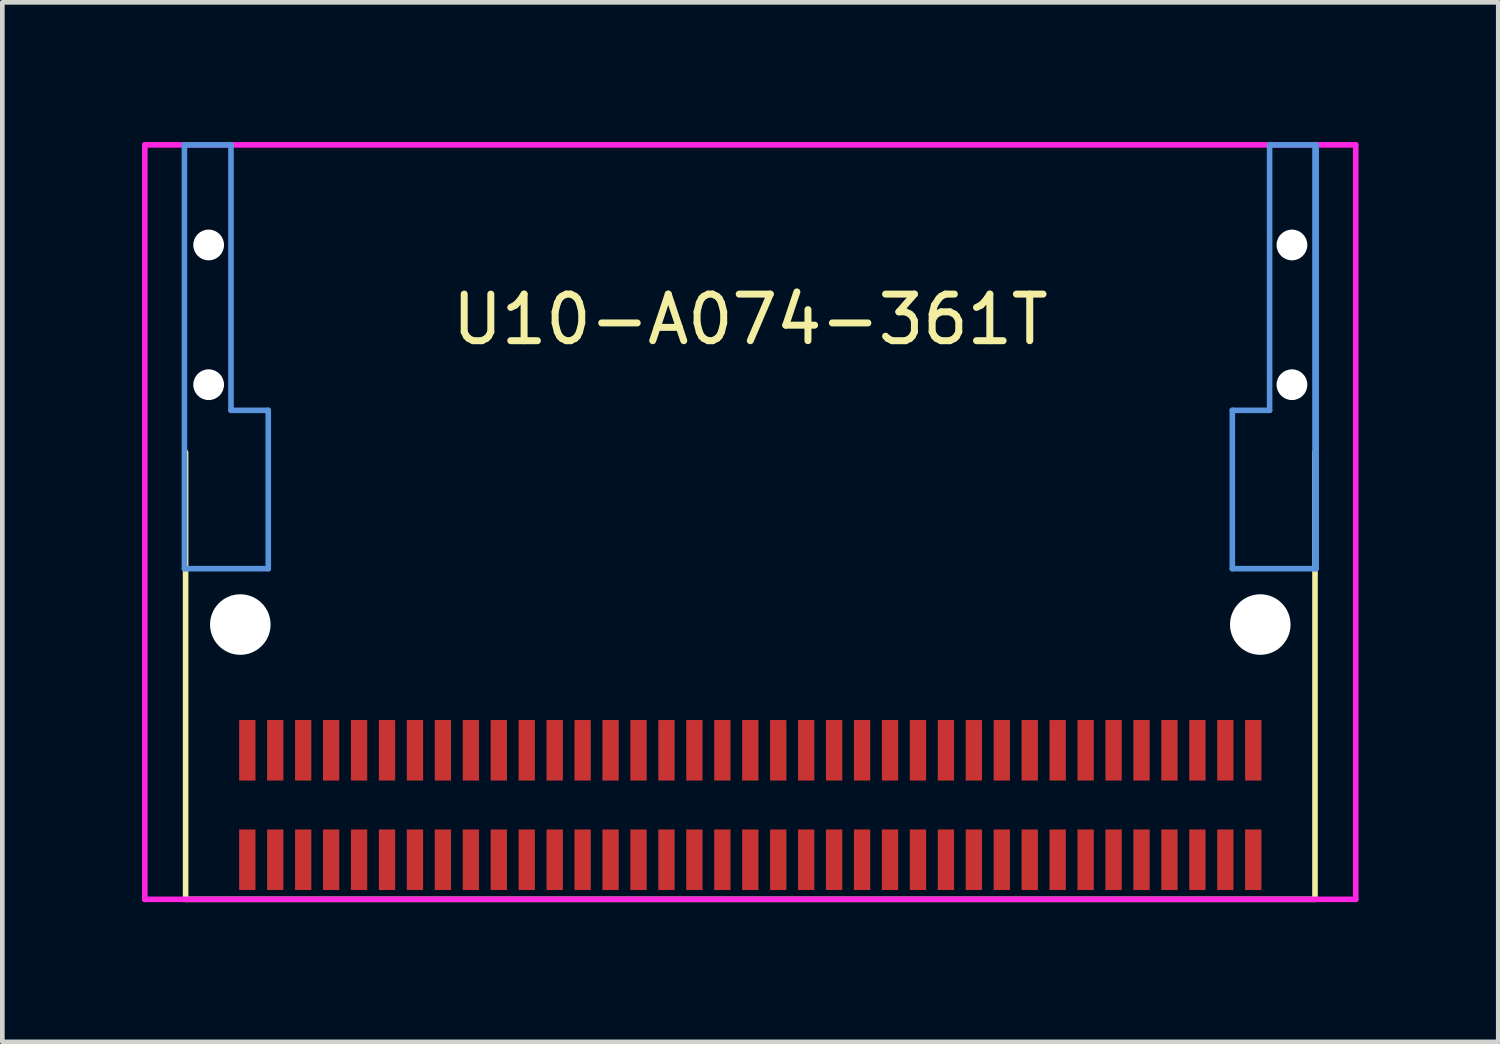
<source format=kicad_pcb>
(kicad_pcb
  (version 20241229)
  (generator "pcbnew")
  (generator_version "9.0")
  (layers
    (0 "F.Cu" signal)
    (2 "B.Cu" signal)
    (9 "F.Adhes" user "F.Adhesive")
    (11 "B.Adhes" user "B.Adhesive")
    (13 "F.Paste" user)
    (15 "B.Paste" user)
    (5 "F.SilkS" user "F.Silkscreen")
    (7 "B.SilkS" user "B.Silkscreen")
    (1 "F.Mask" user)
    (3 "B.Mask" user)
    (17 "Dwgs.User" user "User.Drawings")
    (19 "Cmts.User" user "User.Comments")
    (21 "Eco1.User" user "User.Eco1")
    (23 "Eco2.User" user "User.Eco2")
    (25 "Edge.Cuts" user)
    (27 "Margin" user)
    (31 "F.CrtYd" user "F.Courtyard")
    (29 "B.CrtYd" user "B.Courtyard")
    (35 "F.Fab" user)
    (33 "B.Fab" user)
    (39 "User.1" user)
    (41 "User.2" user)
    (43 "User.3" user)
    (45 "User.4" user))
  (footprint "U10-A074-361T"
    (layer "F.Cu")
    (at 13.06 8.16)
    (property "Reference" "U10-A074-361T" (at 0 -4.35 0) (layer "F.SilkS") (effects (font (size 1 1) (thickness 0.15))))
    (attr through_hole)
    (fp_line (start -12.125 -1.5) (end -12.125 8.1) (stroke (width 0.12) (type solid)) (layer "F.SilkS"))
    (fp_line (start -12.125 8.1) (end 12.125 8.1) (stroke (width 0.12) (type solid)) (layer "F.SilkS"))
    (fp_line (start 12.125 8.1) (end 12.125 -1.5) (stroke (width 0.12) (type solid)) (layer "F.SilkS"))
    (fp_line (start -12.15 -8.1) (end -11.15 -8.1) (stroke (width 0.12) (type solid)) (layer "Cmts.User"))
    (fp_line (start -12.15 1) (end -12.15 -8.1) (stroke (width 0.12) (type solid)) (layer "Cmts.User"))
    (fp_line (start -11.15 -8.1) (end -11.15 -2.4) (stroke (width 0.12) (type solid)) (layer "Cmts.User"))
    (fp_line (start -11.15 -2.4) (end -10.35 -2.4) (stroke (width 0.12) (type solid)) (layer "Cmts.User"))
    (fp_line (start -10.35 -2.4) (end -10.35 1) (stroke (width 0.12) (type solid)) (layer "Cmts.User"))
    (fp_line (start -10.35 1) (end -12.15 1) (stroke (width 0.12) (type solid)) (layer "Cmts.User"))
    (fp_line (start 10.35 -2.4) (end 10.35 1) (stroke (width 0.12) (type solid)) (layer "Cmts.User"))
    (fp_line (start 10.35 -2.4) (end 11.15 -2.4) (stroke (width 0.12) (type solid)) (layer "Cmts.User"))
    (fp_line (start 11.15 -8.1) (end 11.15 -2.4) (stroke (width 0.12) (type solid)) (layer "Cmts.User"))
    (fp_line (start 11.15 -8.1) (end 12.15 -8.1) (stroke (width 0.12) (type solid)) (layer "Cmts.User"))
    (fp_line (start 12.125 1) (end 12.125 -8.1) (stroke (width 0.12) (type solid)) (layer "Cmts.User"))
    (fp_line (start 12.15 1) (end 10.35 1) (stroke (width 0.12) (type solid)) (layer "Cmts.User"))
    (fp_line (start 12.15 1) (end 12.15 -8.1) (stroke (width 0.12) (type solid)) (layer "Cmts.User"))
    (fp_line (start -13 -8.1) (end 13 -8.1) (stroke (width 0.12) (type solid)) (layer "F.CrtYd"))
    (fp_line (start -13 8.1) (end -13 -8.1) (stroke (width 0.12) (type solid)) (layer "F.CrtYd"))
    (fp_line (start 13 -8.1) (end 13 8.1) (stroke (width 0.12) (type solid)) (layer "F.CrtYd"))
    (fp_line (start 13 8.1) (end -13 8.1) (stroke (width 0.12) (type solid)) (layer "F.CrtYd"))
    (pad "" np_thru_hole circle (at -11.63 -5.95) (size 0.66 0.66) (drill 0.66) (layers "*.Cu" "*.Mask"))
    (pad "" np_thru_hole circle (at -11.63 -2.95) (size 0.66 0.66) (drill 0.66) (layers "*.Cu" "*.Mask"))
    (pad "" np_thru_hole circle (at -10.95 2.2) (size 1.3 1.3) (drill 1.3) (layers "*.Cu" "*.Mask"))
    (pad "" np_thru_hole circle (at 10.95 2.2) (size 1.3 1.3) (drill 1.3) (layers "*.Cu" "*.Mask"))
    (pad "" np_thru_hole circle (at 11.63 -5.95) (size 0.66 0.66) (drill 0.66) (layers "*.Cu" "*.Mask"))
    (pad "" np_thru_hole circle (at 11.63 -2.95) (size 0.66 0.66) (drill 0.66) (layers "*.Cu" "*.Mask"))
    (pad "1" smd rect (at -10.8 4.9) (size 0.35 1.3) (layers "F.Cu" "F.Mask" "F.Paste"))
    (pad "2" smd rect (at -10.8 7.25) (size 0.35 1.3) (layers "F.Cu" "F.Mask" "F.Paste"))
    (pad "3" smd rect (at -10.2 4.9) (size 0.35 1.3) (layers "F.Cu" "F.Mask" "F.Paste"))
    (pad "4" smd rect (at -10.2 7.25) (size 0.35 1.3) (layers "F.Cu" "F.Mask" "F.Paste"))
    (pad "5" smd rect (at -9.6 4.9) (size 0.35 1.3) (layers "F.Cu" "F.Mask" "F.Paste"))
    (pad "6" smd rect (at -9.6 7.25) (size 0.35 1.3) (layers "F.Cu" "F.Mask" "F.Paste"))
    (pad "7" smd rect (at -9 4.9) (size 0.35 1.3) (layers "F.Cu" "F.Mask" "F.Paste"))
    (pad "8" smd rect (at -9 7.25) (size 0.35 1.3) (layers "F.Cu" "F.Mask" "F.Paste"))
    (pad "9" smd rect (at -8.4 4.9) (size 0.35 1.3) (layers "F.Cu" "F.Mask" "F.Paste"))
    (pad "10" smd rect (at -8.4 7.25) (size 0.35 1.3) (layers "F.Cu" "F.Mask" "F.Paste"))
    (pad "11" smd rect (at -7.8 4.9) (size 0.35 1.3) (layers "F.Cu" "F.Mask" "F.Paste"))
    (pad "12" smd rect (at -7.8 7.25) (size 0.35 1.3) (layers "F.Cu" "F.Mask" "F.Paste"))
    (pad "13" smd rect (at -7.2 4.9) (size 0.35 1.3) (layers "F.Cu" "F.Mask" "F.Paste"))
    (pad "14" smd rect (at -7.2 7.25) (size 0.35 1.3) (layers "F.Cu" "F.Mask" "F.Paste"))
    (pad "15" smd rect (at -6.6 4.9) (size 0.35 1.3) (layers "F.Cu" "F.Mask" "F.Paste"))
    (pad "16" smd rect (at -6.6 7.25) (size 0.35 1.3) (layers "F.Cu" "F.Mask" "F.Paste"))
    (pad "17" smd rect (at -6 4.9) (size 0.35 1.3) (layers "F.Cu" "F.Mask" "F.Paste"))
    (pad "18" smd rect (at -6 7.25) (size 0.35 1.3) (layers "F.Cu" "F.Mask" "F.Paste"))
    (pad "19" smd rect (at -5.4 4.9) (size 0.35 1.3) (layers "F.Cu" "F.Mask" "F.Paste"))
    (pad "20" smd rect (at -5.4 7.25) (size 0.35 1.3) (layers "F.Cu" "F.Mask" "F.Paste"))
    (pad "21" smd rect (at -4.8 4.9) (size 0.35 1.3) (layers "F.Cu" "F.Mask" "F.Paste"))
    (pad "22" smd rect (at -4.8 7.25) (size 0.35 1.3) (layers "F.Cu" "F.Mask" "F.Paste"))
    (pad "23" smd rect (at -4.2 4.9) (size 0.35 1.3) (layers "F.Cu" "F.Mask" "F.Paste"))
    (pad "24" smd rect (at -4.2 7.25) (size 0.35 1.3) (layers "F.Cu" "F.Mask" "F.Paste"))
    (pad "25" smd rect (at -3.6 4.9) (size 0.35 1.3) (layers "F.Cu" "F.Mask" "F.Paste"))
    (pad "26" smd rect (at -3.6 7.25) (size 0.35 1.3) (layers "F.Cu" "F.Mask" "F.Paste"))
    (pad "27" smd rect (at -3 4.9) (size 0.35 1.3) (layers "F.Cu" "F.Mask" "F.Paste"))
    (pad "28" smd rect (at -3 7.25) (size 0.35 1.3) (layers "F.Cu" "F.Mask" "F.Paste"))
    (pad "29" smd rect (at -2.4 4.9) (size 0.35 1.3) (layers "F.Cu" "F.Mask" "F.Paste"))
    (pad "30" smd rect (at -2.4 7.25) (size 0.35 1.3) (layers "F.Cu" "F.Mask" "F.Paste"))
    (pad "31" smd rect (at -1.8 4.9) (size 0.35 1.3) (layers "F.Cu" "F.Mask" "F.Paste"))
    (pad "32" smd rect (at -1.8 7.25) (size 0.35 1.3) (layers "F.Cu" "F.Mask" "F.Paste"))
    (pad "33" smd rect (at -1.2 4.9) (size 0.35 1.3) (layers "F.Cu" "F.Mask" "F.Paste"))
    (pad "34" smd rect (at -1.2 7.25) (size 0.35 1.3) (layers "F.Cu" "F.Mask" "F.Paste"))
    (pad "35" smd rect (at -0.6 4.9) (size 0.35 1.3) (layers "F.Cu" "F.Mask" "F.Paste"))
    (pad "36" smd rect (at -0.6 7.25) (size 0.35 1.3) (layers "F.Cu" "F.Mask" "F.Paste"))
    (pad "37" smd rect (at 0 4.9) (size 0.35 1.3) (layers "F.Cu" "F.Mask" "F.Paste"))
    (pad "38" smd rect (at 0 7.25) (size 0.35 1.3) (layers "F.Cu" "F.Mask" "F.Paste"))
    (pad "39" smd rect (at 0.6 4.9) (size 0.35 1.3) (layers "F.Cu" "F.Mask" "F.Paste"))
    (pad "40" smd rect (at 0.6 7.25) (size 0.35 1.3) (layers "F.Cu" "F.Mask" "F.Paste"))
    (pad "41" smd rect (at 1.2 4.9) (size 0.35 1.3) (layers "F.Cu" "F.Mask" "F.Paste"))
    (pad "42" smd rect (at 1.2 7.25) (size 0.35 1.3) (layers "F.Cu" "F.Mask" "F.Paste"))
    (pad "43" smd rect (at 1.8 4.9) (size 0.35 1.3) (layers "F.Cu" "F.Mask" "F.Paste"))
    (pad "44" smd rect (at 1.8 7.25) (size 0.35 1.3) (layers "F.Cu" "F.Mask" "F.Paste"))
    (pad "45" smd rect (at 2.4 4.9) (size 0.35 1.3) (layers "F.Cu" "F.Mask" "F.Paste"))
    (pad "46" smd rect (at 2.4 7.25) (size 0.35 1.3) (layers "F.Cu" "F.Mask" "F.Paste"))
    (pad "47" smd rect (at 3 4.9) (size 0.35 1.3) (layers "F.Cu" "F.Mask" "F.Paste"))
    (pad "48" smd rect (at 3 7.25) (size 0.35 1.3) (layers "F.Cu" "F.Mask" "F.Paste"))
    (pad "49" smd rect (at 3.6 4.9) (size 0.35 1.3) (layers "F.Cu" "F.Mask" "F.Paste"))
    (pad "50" smd rect (at 3.6 7.25) (size 0.35 1.3) (layers "F.Cu" "F.Mask" "F.Paste"))
    (pad "51" smd rect (at 4.2 4.9) (size 0.35 1.3) (layers "F.Cu" "F.Mask" "F.Paste"))
    (pad "52" smd rect (at 4.2 7.25) (size 0.35 1.3) (layers "F.Cu" "F.Mask" "F.Paste"))
    (pad "53" smd rect (at 4.8 4.9) (size 0.35 1.3) (layers "F.Cu" "F.Mask" "F.Paste"))
    (pad "54" smd rect (at 4.8 7.25) (size 0.35 1.3) (layers "F.Cu" "F.Mask" "F.Paste"))
    (pad "55" smd rect (at 5.4 4.9) (size 0.35 1.3) (layers "F.Cu" "F.Mask" "F.Paste"))
    (pad "56" smd rect (at 5.4 7.25) (size 0.35 1.3) (layers "F.Cu" "F.Mask" "F.Paste"))
    (pad "57" smd rect (at 6 4.9) (size 0.35 1.3) (layers "F.Cu" "F.Mask" "F.Paste"))
    (pad "58" smd rect (at 6 7.25) (size 0.35 1.3) (layers "F.Cu" "F.Mask" "F.Paste"))
    (pad "59" smd rect (at 6.6 4.9) (size 0.35 1.3) (layers "F.Cu" "F.Mask" "F.Paste"))
    (pad "60" smd rect (at 6.6 7.25) (size 0.35 1.3) (layers "F.Cu" "F.Mask" "F.Paste"))
    (pad "61" smd rect (at 7.2 4.9) (size 0.35 1.3) (layers "F.Cu" "F.Mask" "F.Paste"))
    (pad "62" smd rect (at 7.2 7.25) (size 0.35 1.3) (layers "F.Cu" "F.Mask" "F.Paste"))
    (pad "63" smd rect (at 7.8 4.9) (size 0.35 1.3) (layers "F.Cu" "F.Mask" "F.Paste"))
    (pad "64" smd rect (at 7.8 7.25) (size 0.35 1.3) (layers "F.Cu" "F.Mask" "F.Paste"))
    (pad "65" smd rect (at 8.4 4.9) (size 0.35 1.3) (layers "F.Cu" "F.Mask" "F.Paste"))
    (pad "66" smd rect (at 8.4 7.25) (size 0.35 1.3) (layers "F.Cu" "F.Mask" "F.Paste"))
    (pad "67" smd rect (at 9 4.9) (size 0.35 1.3) (layers "F.Cu" "F.Mask" "F.Paste"))
    (pad "68" smd rect (at 9 7.25) (size 0.35 1.3) (layers "F.Cu" "F.Mask" "F.Paste"))
    (pad "69" smd rect (at 9.6 4.9) (size 0.35 1.3) (layers "F.Cu" "F.Mask" "F.Paste"))
    (pad "70" smd rect (at 9.6 7.25) (size 0.35 1.3) (layers "F.Cu" "F.Mask" "F.Paste"))
    (pad "71" smd rect (at 10.2 4.9) (size 0.35 1.3) (layers "F.Cu" "F.Mask" "F.Paste"))
    (pad "72" smd rect (at 10.2 7.25) (size 0.35 1.3) (layers "F.Cu" "F.Mask" "F.Paste"))
    (pad "73" smd rect (at 10.8 4.9) (size 0.35 1.3) (layers "F.Cu" "F.Mask" "F.Paste"))
    (pad "74" smd rect (at 10.8 7.25) (size 0.35 1.3) (layers "F.Cu" "F.Mask" "F.Paste")))
  (gr_rect
    (start -3 -3)
    (end 29.12 19.32)
    (stroke (width 0.1) (type default))
    (fill no)
    (layer "Edge.Cuts")))
</source>
